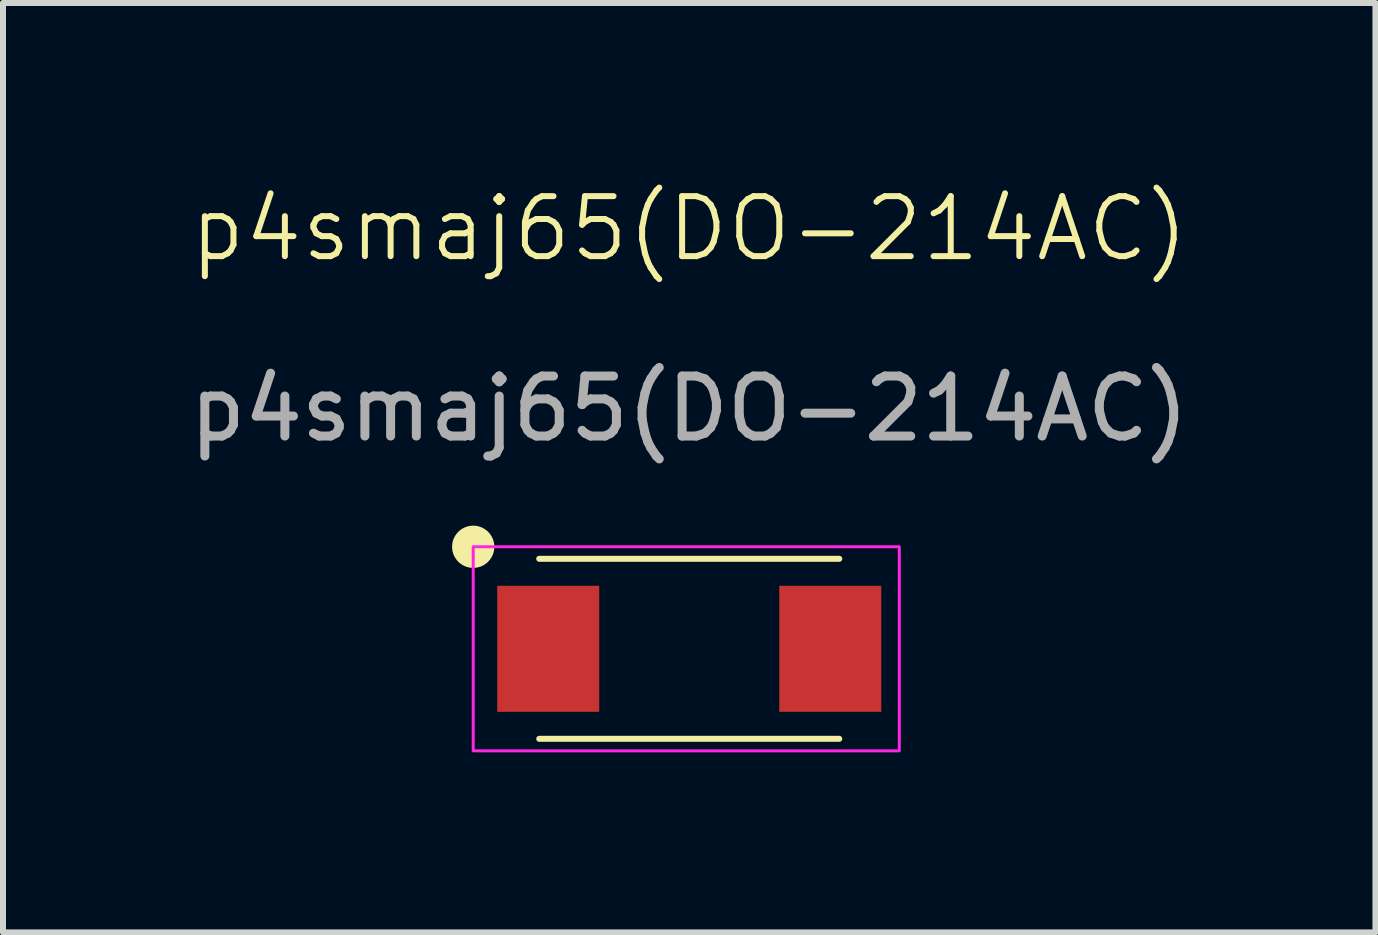
<source format=kicad_pcb>
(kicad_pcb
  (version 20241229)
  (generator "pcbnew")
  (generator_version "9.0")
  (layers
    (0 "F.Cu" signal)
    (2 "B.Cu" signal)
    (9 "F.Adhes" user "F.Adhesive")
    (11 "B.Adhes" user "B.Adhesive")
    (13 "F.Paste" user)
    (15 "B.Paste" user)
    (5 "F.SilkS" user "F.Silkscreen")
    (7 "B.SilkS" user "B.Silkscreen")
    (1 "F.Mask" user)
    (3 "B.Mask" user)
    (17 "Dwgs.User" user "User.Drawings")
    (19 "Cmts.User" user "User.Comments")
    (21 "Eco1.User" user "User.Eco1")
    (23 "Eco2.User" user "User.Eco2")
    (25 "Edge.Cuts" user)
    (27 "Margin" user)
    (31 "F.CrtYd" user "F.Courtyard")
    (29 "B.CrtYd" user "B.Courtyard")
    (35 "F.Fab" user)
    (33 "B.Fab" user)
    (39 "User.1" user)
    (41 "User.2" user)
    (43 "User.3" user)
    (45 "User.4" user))
  (footprint "p4smaj65(DO-214AC)"
    (layer "F.Cu")
    (at 8.435 7.761)
    (property "Reference" "p4smaj65(DO-214AC)" (at 0 -7 0) (unlocked yes) (layer "F.SilkS") (effects (font (size 1 1) (thickness 0.1))))
    (attr smd)
    (fp_line (start -2.5 1.5) (end 2.5 1.5) (stroke (width 0.1) (type default)) (layer "F.SilkS"))
    (fp_line (start 2.5 -1.5) (end -2.5 -1.5) (stroke (width 0.1) (type default)) (layer "F.SilkS"))
    (fp_circle (center -3.6 -1.7) (end -3.298 -1.7) (stroke (width 0.1) (type solid)) (fill yes) (layer "F.SilkS"))
    (fp_rect (start -3.6 -1.7) (end 3.5 1.7) (stroke (width 0.05) (type default)) (fill no) (layer "F.CrtYd"))
    (fp_text user "${REFERENCE}" (at 0 -4 0) (unlocked yes) (layer "F.Fab") (effects (font (size 1 1) (thickness 0.15))))
    (pad "1" smd rect (at 2.35 0) (size 1.7 2.1) (layers "F.Cu" "F.Mask" "F.Paste"))
    (pad "2" smd rect (at -2.35 0) (size 1.7 2.1) (layers "F.Cu" "F.Mask" "F.Paste")))
  (gr_rect
    (start -3 -3)
    (end 19.869 12.486)
    (stroke (width 0.1) (type default))
    (fill no)
    (layer "Edge.Cuts")))
</source>
